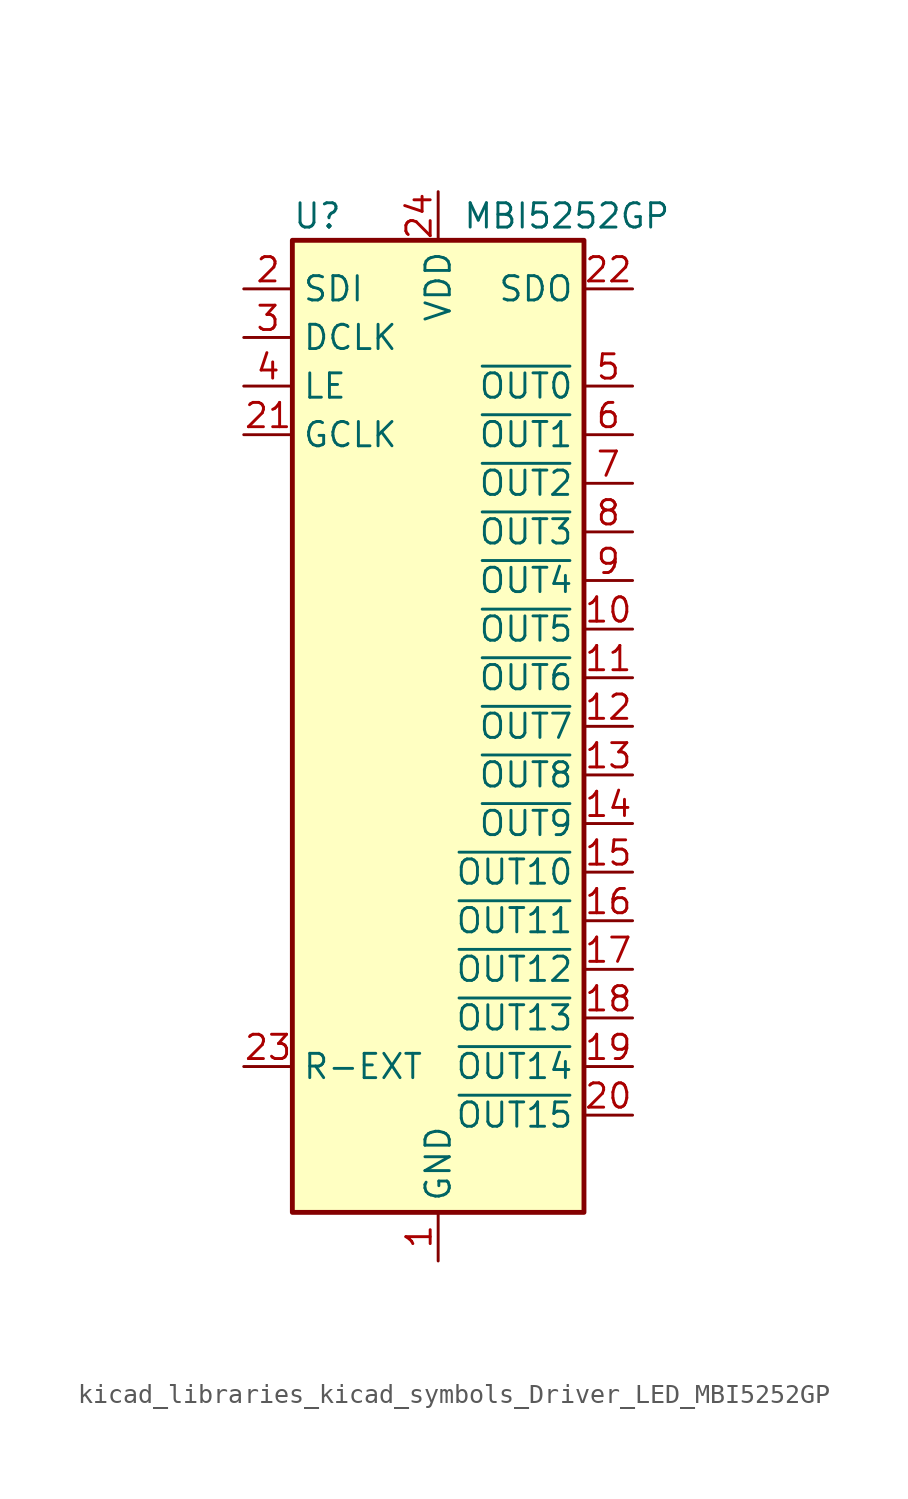
<source format=kicad_sym>
(kicad_symbol_lib
  (version 20220914)
  (generator kicad_symbol_editor)
  (symbol "kicad_libraries_kicad_symbols_Driver_LED_MBI5252GP"
    (property "Reference" "U"
      (at -7.62 26.67 0)
      (effects (font (size 1.27 1.27)) (justify left)))
    (property "Value" "MBI5252GP"
      (at 1.27 26.67 0)
      (effects (font (size 1.27 1.27)) (justify left)))
    (symbol "kicad_libraries_kicad_symbols_Driver_LED_MBI5252GP_0_1"
      (rectangle (start -7.62 25.4) (end 7.62 -25.4) (stroke (width 0.254) (type default)) (fill (type background))))
    (symbol "kicad_libraries_kicad_symbols_Driver_LED_MBI5252GP_1_1"
      (pin power_in line (at 0 -27.94 90) (length 2.54) (name "GND" (effects (font (size 1.27 1.27)))) (number "1" (effects (font (size 1.27 1.27)))))
      (pin open_collector line (at 10.16 5.08 180) (length 2.54) (name "~{OUT5}" (effects (font (size 1.27 1.27)))) (number "10" (effects (font (size 1.27 1.27)))))
      (pin open_collector line (at 10.16 2.54 180) (length 2.54) (name "~{OUT6}" (effects (font (size 1.27 1.27)))) (number "11" (effects (font (size 1.27 1.27)))))
      (pin open_collector line (at 10.16 0 180) (length 2.54) (name "~{OUT7}" (effects (font (size 1.27 1.27)))) (number "12" (effects (font (size 1.27 1.27)))))
      (pin open_collector line (at 10.16 -2.54 180) (length 2.54) (name "~{OUT8}" (effects (font (size 1.27 1.27)))) (number "13" (effects (font (size 1.27 1.27)))))
      (pin open_collector line (at 10.16 -5.08 180) (length 2.54) (name "~{OUT9}" (effects (font (size 1.27 1.27)))) (number "14" (effects (font (size 1.27 1.27)))))
      (pin open_collector line (at 10.16 -7.62 180) (length 2.54) (name "~{OUT10}" (effects (font (size 1.27 1.27)))) (number "15" (effects (font (size 1.27 1.27)))))
      (pin open_collector line (at 10.16 -10.16 180) (length 2.54) (name "~{OUT11}" (effects (font (size 1.27 1.27)))) (number "16" (effects (font (size 1.27 1.27)))))
      (pin open_collector line (at 10.16 -12.7 180) (length 2.54) (name "~{OUT12}" (effects (font (size 1.27 1.27)))) (number "17" (effects (font (size 1.27 1.27)))))
      (pin open_collector line (at 10.16 -15.24 180) (length 2.54) (name "~{OUT13}" (effects (font (size 1.27 1.27)))) (number "18" (effects (font (size 1.27 1.27)))))
      (pin open_collector line (at 10.16 -17.78 180) (length 2.54) (name "~{OUT14}" (effects (font (size 1.27 1.27)))) (number "19" (effects (font (size 1.27 1.27)))))
      (pin input line (at -10.16 22.86 0) (length 2.54) (name "SDI" (effects (font (size 1.27 1.27)))) (number "2" (effects (font (size 1.27 1.27)))))
      (pin open_collector line (at 10.16 -20.32 180) (length 2.54) (name "~{OUT15}" (effects (font (size 1.27 1.27)))) (number "20" (effects (font (size 1.27 1.27)))))
      (pin input line (at -10.16 15.24 0) (length 2.54) (name "GCLK" (effects (font (size 1.27 1.27)))) (number "21" (effects (font (size 1.27 1.27)))))
      (pin output line (at 10.16 22.86 180) (length 2.54) (name "SDO" (effects (font (size 1.27 1.27)))) (number "22" (effects (font (size 1.27 1.27)))))
      (pin passive line (at -10.16 -17.78 0) (length 2.54) (name "R-EXT" (effects (font (size 1.27 1.27)))) (number "23" (effects (font (size 1.27 1.27)))))
      (pin power_in line (at 0 27.94 270) (length 2.54) (name "VDD" (effects (font (size 1.27 1.27)))) (number "24" (effects (font (size 1.27 1.27)))))
      (pin input line (at -10.16 20.32 0) (length 2.54) (name "DCLK" (effects (font (size 1.27 1.27)))) (number "3" (effects (font (size 1.27 1.27)))))
      (pin input line (at -10.16 17.78 0) (length 2.54) (name "LE" (effects (font (size 1.27 1.27)))) (number "4" (effects (font (size 1.27 1.27)))))
      (pin open_collector line (at 10.16 17.78 180) (length 2.54) (name "~{OUT0}" (effects (font (size 1.27 1.27)))) (number "5" (effects (font (size 1.27 1.27)))))
      (pin open_collector line (at 10.16 15.24 180) (length 2.54) (name "~{OUT1}" (effects (font (size 1.27 1.27)))) (number "6" (effects (font (size 1.27 1.27)))))
      (pin open_collector line (at 10.16 12.7 180) (length 2.54) (name "~{OUT2}" (effects (font (size 1.27 1.27)))) (number "7" (effects (font (size 1.27 1.27)))))
      (pin open_collector line (at 10.16 10.16 180) (length 2.54) (name "~{OUT3}" (effects (font (size 1.27 1.27)))) (number "8" (effects (font (size 1.27 1.27)))))
      (pin open_collector line (at 10.16 7.62 180) (length 2.54) (name "~{OUT4}" (effects (font (size 1.27 1.27)))) (number "9" (effects (font (size 1.27 1.27))))))))
</source>
